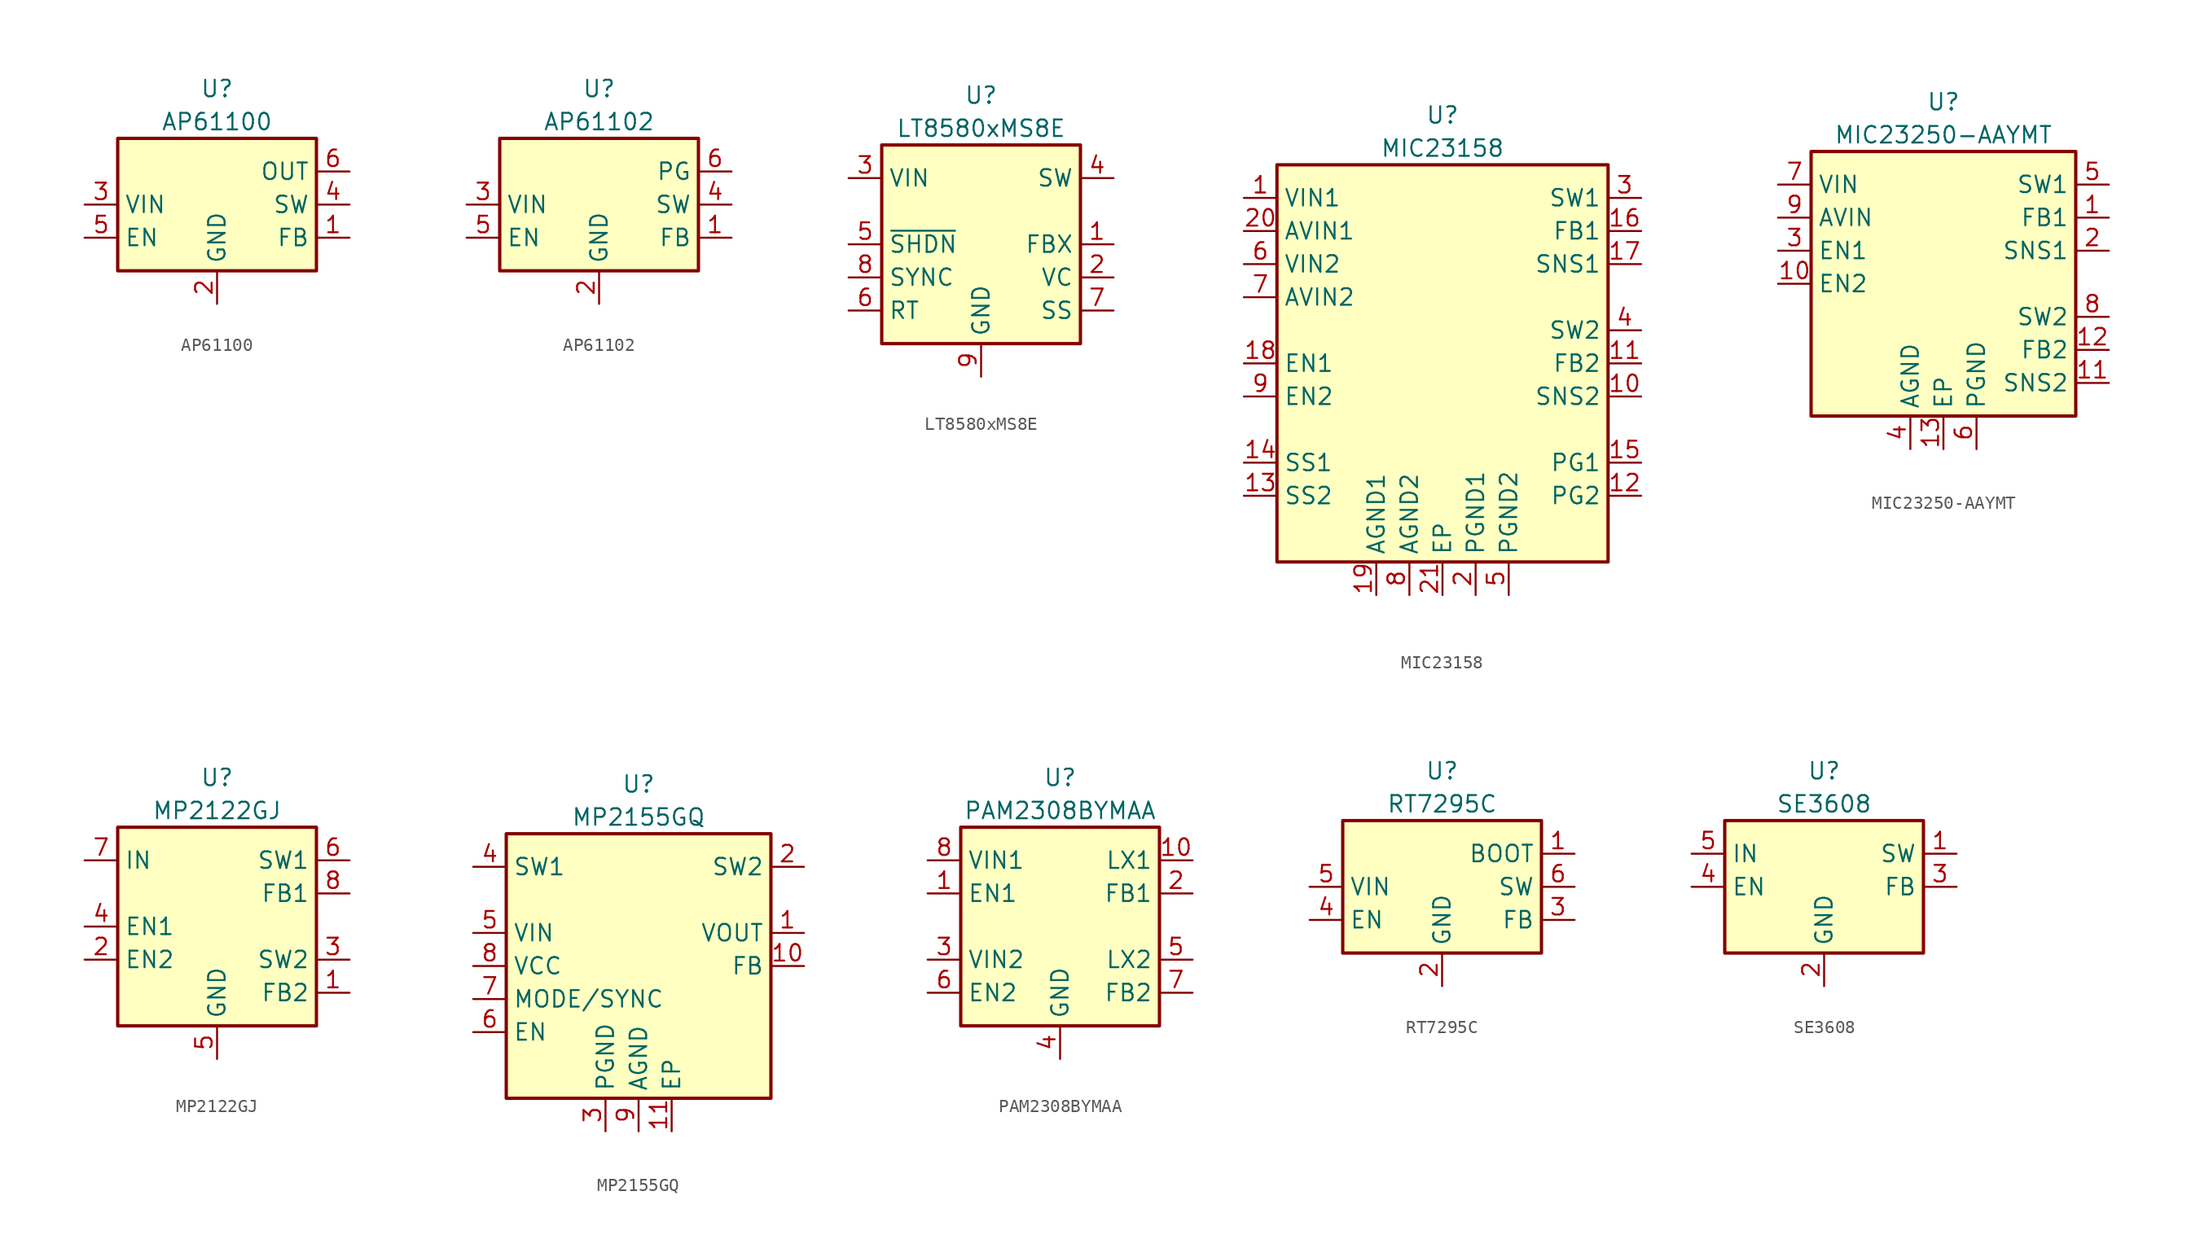
<source format=kicad_sym>
(kicad_symbol_lib
  (version 20220914)
  (generator kicad_symbol_editor)
  (symbol "AP61100"
    (property "Reference" "U"
      (at 0 8.89 0)
      (effects (font (size 1.27 1.27))))
    (property "Value" "AP61100"
      (at 0 6.35 0)
      (effects (font (size 1.27 1.27))))
    (symbol "AP61100_0_1"
      (rectangle (start 7.62 5.08) (end -7.62 -5.08) (stroke (width 0.254) (type default)) (fill (type background))))
    (symbol "AP61100_1_1"
      (pin input line (at 10.16 -2.54 180) (length 2.54) (name "FB" (effects (font (size 1.27 1.27)))) (number "1" (effects (font (size 1.27 1.27)))))
      (pin power_in line (at 0 -7.62 90) (length 2.54) (name "GND" (effects (font (size 1.27 1.27)))) (number "2" (effects (font (size 1.27 1.27)))))
      (pin power_in line (at -10.16 0 0) (length 2.54) (name "VIN" (effects (font (size 1.27 1.27)))) (number "3" (effects (font (size 1.27 1.27)))))
      (pin passive line (at 10.16 0 180) (length 2.54) (name "SW" (effects (font (size 1.27 1.27)))) (number "4" (effects (font (size 1.27 1.27)))))
      (pin input line (at -10.16 -2.54 0) (length 2.54) (name "EN" (effects (font (size 1.27 1.27)))) (number "5" (effects (font (size 1.27 1.27)))))
      (pin input line (at 10.16 2.54 180) (length 2.54) (name "OUT" (effects (font (size 1.27 1.27)))) (number "6" (effects (font (size 1.27 1.27)))))))
  (symbol "AP61102"
    (property "Reference" "U"
      (at 0 8.89 0)
      (effects (font (size 1.27 1.27))))
    (property "Value" "AP61102"
      (at 0 6.35 0)
      (effects (font (size 1.27 1.27))))
    (symbol "AP61102_0_1"
      (rectangle (start 7.62 5.08) (end -7.62 -5.08) (stroke (width 0.254) (type default)) (fill (type background))))
    (symbol "AP61102_1_1"
      (pin input line (at 10.16 -2.54 180) (length 2.54) (name "FB" (effects (font (size 1.27 1.27)))) (number "1" (effects (font (size 1.27 1.27)))))
      (pin power_in line (at 0 -7.62 90) (length 2.54) (name "GND" (effects (font (size 1.27 1.27)))) (number "2" (effects (font (size 1.27 1.27)))))
      (pin power_in line (at -10.16 0 0) (length 2.54) (name "VIN" (effects (font (size 1.27 1.27)))) (number "3" (effects (font (size 1.27 1.27)))))
      (pin passive line (at 10.16 0 180) (length 2.54) (name "SW" (effects (font (size 1.27 1.27)))) (number "4" (effects (font (size 1.27 1.27)))))
      (pin input line (at -10.16 -2.54 0) (length 2.54) (name "EN" (effects (font (size 1.27 1.27)))) (number "5" (effects (font (size 1.27 1.27)))))
      (pin open_collector line (at 10.16 2.54 180) (length 2.54) (name "PG" (effects (font (size 1.27 1.27)))) (number "6" (effects (font (size 1.27 1.27)))))))
  (symbol "LT8580xMS8E"
    (property "Reference" "U"
      (at 0 11.43 0)
      (effects (font (size 1.27 1.27))))
    (property "Value" "LT8580xMS8E"
      (at 0 8.89 0)
      (effects (font (size 1.27 1.27))))
    (symbol "LT8580xMS8E_0_1"
      (rectangle (start -7.62 7.62) (end 7.62 -7.62) (stroke (width 0.254) (type default)) (fill (type background))))
    (symbol "LT8580xMS8E_1_1"
      (pin input line (at 10.16 0 180) (length 2.54) (name "FBX" (effects (font (size 1.27 1.27)))) (number "1" (effects (font (size 1.27 1.27)))))
      (pin passive line (at 10.16 -2.54 180) (length 2.54) (name "VC" (effects (font (size 1.27 1.27)))) (number "2" (effects (font (size 1.27 1.27)))))
      (pin power_in line (at -10.16 5.08 0) (length 2.54) (name "VIN" (effects (font (size 1.27 1.27)))) (number "3" (effects (font (size 1.27 1.27)))))
      (pin passive line (at 10.16 5.08 180) (length 2.54) (name "SW" (effects (font (size 1.27 1.27)))) (number "4" (effects (font (size 1.27 1.27)))))
      (pin input line (at -10.16 0 0) (length 2.54) (name "~{SHDN}" (effects (font (size 1.27 1.27)))) (number "5" (effects (font (size 1.27 1.27)))))
      (pin input line (at -10.16 -5.08 0) (length 2.54) (name "RT" (effects (font (size 1.27 1.27)))) (number "6" (effects (font (size 1.27 1.27)))))
      (pin passive line (at 10.16 -5.08 180) (length 2.54) (name "SS" (effects (font (size 1.27 1.27)))) (number "7" (effects (font (size 1.27 1.27)))))
      (pin input line (at -10.16 -2.54 0) (length 2.54) (name "SYNC" (effects (font (size 1.27 1.27)))) (number "8" (effects (font (size 1.27 1.27)))))
      (pin power_in line (at 0 -10.16 90) (length 2.54) (name "GND" (effects (font (size 1.27 1.27)))) (number "9" (effects (font (size 1.27 1.27)))))))
  (symbol "MIC23158"
    (property "Reference" "U"
      (at 0 19.05 0)
      (effects (font (size 1.27 1.27))))
    (property "Value" "MIC23158"
      (at 0 16.51 0)
      (effects (font (size 1.27 1.27))))
    (symbol "MIC23158_0_1"
      (rectangle (start -12.7 15.24) (end 12.7 -15.24) (stroke (width 0.254) (type default)) (fill (type background))))
    (symbol "MIC23158_1_1"
      (pin power_in line (at -15.24 12.7 0) (length 2.54) (name "VIN1" (effects (font (size 1.27 1.27)))) (number "1" (effects (font (size 1.27 1.27)))))
      (pin input line (at 15.24 -2.54 180) (length 2.54) (name "SNS2" (effects (font (size 1.27 1.27)))) (number "10" (effects (font (size 1.27 1.27)))))
      (pin input line (at 15.24 0 180) (length 2.54) (name "FB2" (effects (font (size 1.27 1.27)))) (number "11" (effects (font (size 1.27 1.27)))))
      (pin open_collector line (at 15.24 -10.16 180) (length 2.54) (name "PG2" (effects (font (size 1.27 1.27)))) (number "12" (effects (font (size 1.27 1.27)))))
      (pin input line (at -15.24 -10.16 0) (length 2.54) (name "SS2" (effects (font (size 1.27 1.27)))) (number "13" (effects (font (size 1.27 1.27)))))
      (pin input line (at -15.24 -7.62 0) (length 2.54) (name "SS1" (effects (font (size 1.27 1.27)))) (number "14" (effects (font (size 1.27 1.27)))))
      (pin open_collector line (at 15.24 -7.62 180) (length 2.54) (name "PG1" (effects (font (size 1.27 1.27)))) (number "15" (effects (font (size 1.27 1.27)))))
      (pin input line (at 15.24 10.16 180) (length 2.54) (name "FB1" (effects (font (size 1.27 1.27)))) (number "16" (effects (font (size 1.27 1.27)))))
      (pin input line (at 15.24 7.62 180) (length 2.54) (name "SNS1" (effects (font (size 1.27 1.27)))) (number "17" (effects (font (size 1.27 1.27)))))
      (pin input line (at -15.24 0 0) (length 2.54) (name "EN1" (effects (font (size 1.27 1.27)))) (number "18" (effects (font (size 1.27 1.27)))))
      (pin power_in line (at -5.08 -17.78 90) (length 2.54) (name "AGND1" (effects (font (size 1.27 1.27)))) (number "19" (effects (font (size 1.27 1.27)))))
      (pin power_in line (at 2.54 -17.78 90) (length 2.54) (name "PGND1" (effects (font (size 1.27 1.27)))) (number "2" (effects (font (size 1.27 1.27)))))
      (pin power_in line (at -15.24 10.16 0) (length 2.54) (name "AVIN1" (effects (font (size 1.27 1.27)))) (number "20" (effects (font (size 1.27 1.27)))))
      (pin power_in line (at 0 -17.78 90) (length 2.54) (name "EP" (effects (font (size 1.27 1.27)))) (number "21" (effects (font (size 1.27 1.27)))))
      (pin passive line (at 15.24 12.7 180) (length 2.54) (name "SW1" (effects (font (size 1.27 1.27)))) (number "3" (effects (font (size 1.27 1.27)))))
      (pin passive line (at 15.24 2.54 180) (length 2.54) (name "SW2" (effects (font (size 1.27 1.27)))) (number "4" (effects (font (size 1.27 1.27)))))
      (pin power_in line (at 5.08 -17.78 90) (length 2.54) (name "PGND2" (effects (font (size 1.27 1.27)))) (number "5" (effects (font (size 1.27 1.27)))))
      (pin power_in line (at -15.24 7.62 0) (length 2.54) (name "VIN2" (effects (font (size 1.27 1.27)))) (number "6" (effects (font (size 1.27 1.27)))))
      (pin power_in line (at -15.24 5.08 0) (length 2.54) (name "AVIN2" (effects (font (size 1.27 1.27)))) (number "7" (effects (font (size 1.27 1.27)))))
      (pin power_in line (at -2.54 -17.78 90) (length 2.54) (name "AGND2" (effects (font (size 1.27 1.27)))) (number "8" (effects (font (size 1.27 1.27)))))
      (pin input line (at -15.24 -2.54 0) (length 2.54) (name "EN2" (effects (font (size 1.27 1.27)))) (number "9" (effects (font (size 1.27 1.27)))))))
  (symbol "MIC23250-AAYMT"
    (property "Reference" "U"
      (at 0 13.97 0)
      (effects (font (size 1.27 1.27))))
    (property "Value" "MIC23250-AAYMT"
      (at 0 11.43 0)
      (effects (font (size 1.27 1.27))))
    (symbol "MIC23250-AAYMT_0_1"
      (rectangle (start -10.16 10.16) (end 10.16 -10.16) (stroke (width 0.254) (type default)) (fill (type background))))
    (symbol "MIC23250-AAYMT_1_1"
      (pin input line (at 12.7 5.08 180) (length 2.54) (name "FB1" (effects (font (size 1.27 1.27)))) (number "1" (effects (font (size 1.27 1.27)))))
      (pin input line (at -12.7 0 0) (length 2.54) (name "EN2" (effects (font (size 1.27 1.27)))) (number "10" (effects (font (size 1.27 1.27)))))
      (pin input line (at 12.7 -7.62 180) (length 2.54) (name "SNS2" (effects (font (size 1.27 1.27)))) (number "11" (effects (font (size 1.27 1.27)))))
      (pin input line (at 12.7 -5.08 180) (length 2.54) (name "FB2" (effects (font (size 1.27 1.27)))) (number "12" (effects (font (size 1.27 1.27)))))
      (pin power_in line (at 0 -12.7 90) (length 2.54) (name "EP" (effects (font (size 1.27 1.27)))) (number "13" (effects (font (size 1.27 1.27)))))
      (pin input line (at 12.7 2.54 180) (length 2.54) (name "SNS1" (effects (font (size 1.27 1.27)))) (number "2" (effects (font (size 1.27 1.27)))))
      (pin input line (at -12.7 2.54 0) (length 2.54) (name "EN1" (effects (font (size 1.27 1.27)))) (number "3" (effects (font (size 1.27 1.27)))))
      (pin power_in line (at -2.54 -12.7 90) (length 2.54) (name "AGND" (effects (font (size 1.27 1.27)))) (number "4" (effects (font (size 1.27 1.27)))))
      (pin passive line (at 12.7 7.62 180) (length 2.54) (name "SW1" (effects (font (size 1.27 1.27)))) (number "5" (effects (font (size 1.27 1.27)))))
      (pin power_in line (at 2.54 -12.7 90) (length 2.54) (name "PGND" (effects (font (size 1.27 1.27)))) (number "6" (effects (font (size 1.27 1.27)))))
      (pin power_in line (at -12.7 7.62 0) (length 2.54) (name "VIN" (effects (font (size 1.27 1.27)))) (number "7" (effects (font (size 1.27 1.27)))))
      (pin passive line (at 12.7 -2.54 180) (length 2.54) (name "SW2" (effects (font (size 1.27 1.27)))) (number "8" (effects (font (size 1.27 1.27)))))
      (pin power_in line (at -12.7 5.08 0) (length 2.54) (name "AVIN" (effects (font (size 1.27 1.27)))) (number "9" (effects (font (size 1.27 1.27)))))))
  (symbol "MP2122GJ"
    (property "Reference" "U"
      (at 0 11.43 0)
      (effects (font (size 1.27 1.27))))
    (property "Value" "MP2122GJ"
      (at 0 8.89 0)
      (effects (font (size 1.27 1.27))))
    (symbol "MP2122GJ_0_1"
      (rectangle (start -7.62 7.62) (end 7.62 -7.62) (stroke (width 0.254) (type default)) (fill (type background))))
    (symbol "MP2122GJ_1_1"
      (pin input line (at 10.16 -5.08 180) (length 2.54) (name "FB2" (effects (font (size 1.27 1.27)))) (number "1" (effects (font (size 1.27 1.27)))))
      (pin input line (at -10.16 -2.54 0) (length 2.54) (name "EN2" (effects (font (size 1.27 1.27)))) (number "2" (effects (font (size 1.27 1.27)))))
      (pin passive line (at 10.16 -2.54 180) (length 2.54) (name "SW2" (effects (font (size 1.27 1.27)))) (number "3" (effects (font (size 1.27 1.27)))))
      (pin input line (at -10.16 0 0) (length 2.54) (name "EN1" (effects (font (size 1.27 1.27)))) (number "4" (effects (font (size 1.27 1.27)))))
      (pin power_in line (at 0 -10.16 90) (length 2.54) (name "GND" (effects (font (size 1.27 1.27)))) (number "5" (effects (font (size 1.27 1.27)))))
      (pin passive line (at 10.16 5.08 180) (length 2.54) (name "SW1" (effects (font (size 1.27 1.27)))) (number "6" (effects (font (size 1.27 1.27)))))
      (pin power_in line (at -10.16 5.08 0) (length 2.54) (name "IN" (effects (font (size 1.27 1.27)))) (number "7" (effects (font (size 1.27 1.27)))))
      (pin input line (at 10.16 2.54 180) (length 2.54) (name "FB1" (effects (font (size 1.27 1.27)))) (number "8" (effects (font (size 1.27 1.27)))))))
  (symbol "MP2155GQ"
    (property "Reference" "U"
      (at 0 13.97 0)
      (effects (font (size 1.27 1.27))))
    (property "Value" "MP2155GQ"
      (at 0 11.43 0)
      (effects (font (size 1.27 1.27))))
    (symbol "MP2155GQ_0_1"
      (rectangle (start -10.16 10.16) (end 10.16 -10.16) (stroke (width 0.254) (type default)) (fill (type background))))
    (symbol "MP2155GQ_1_1"
      (pin passive line (at 12.7 2.54 180) (length 2.54) (name "VOUT" (effects (font (size 1.27 1.27)))) (number "1" (effects (font (size 1.27 1.27)))))
      (pin input line (at 12.7 0 180) (length 2.54) (name "FB" (effects (font (size 1.27 1.27)))) (number "10" (effects (font (size 1.27 1.27)))))
      (pin passive line (at 2.54 -12.7 90) (length 2.54) (name "EP" (effects (font (size 1.27 1.27)))) (number "11" (effects (font (size 1.27 1.27)))))
      (pin passive line (at 12.7 7.62 180) (length 2.54) (name "SW2" (effects (font (size 1.27 1.27)))) (number "2" (effects (font (size 1.27 1.27)))))
      (pin power_in line (at -2.54 -12.7 90) (length 2.54) (name "PGND" (effects (font (size 1.27 1.27)))) (number "3" (effects (font (size 1.27 1.27)))))
      (pin passive line (at -12.7 7.62 0) (length 2.54) (name "SW1" (effects (font (size 1.27 1.27)))) (number "4" (effects (font (size 1.27 1.27)))))
      (pin power_in line (at -12.7 2.54 0) (length 2.54) (name "VIN" (effects (font (size 1.27 1.27)))) (number "5" (effects (font (size 1.27 1.27)))))
      (pin input line (at -12.7 -5.08 0) (length 2.54) (name "EN" (effects (font (size 1.27 1.27)))) (number "6" (effects (font (size 1.27 1.27)))))
      (pin input line (at -12.7 -2.54 0) (length 2.54) (name "MODE/SYNC" (effects (font (size 1.27 1.27)))) (number "7" (effects (font (size 1.27 1.27)))))
      (pin power_in line (at -12.7 0 0) (length 2.54) (name "VCC" (effects (font (size 1.27 1.27)))) (number "8" (effects (font (size 1.27 1.27)))))
      (pin power_in line (at 0 -12.7 90) (length 2.54) (name "AGND" (effects (font (size 1.27 1.27)))) (number "9" (effects (font (size 1.27 1.27)))))))
  (symbol "PAM2308BYMAA"
    (property "Reference" "U"
      (at 0 11.43 0)
      (effects (font (size 1.27 1.27))))
    (property "Value" "PAM2308BYMAA"
      (at 0 8.89 0)
      (effects (font (size 1.27 1.27))))
    (symbol "PAM2308BYMAA_0_1"
      (rectangle (start -7.62 7.62) (end 7.62 -7.62) (stroke (width 0.254) (type default)) (fill (type background))))
    (symbol "PAM2308BYMAA_1_1"
      (pin input line (at -10.16 2.54 0) (length 2.54) (name "EN1" (effects (font (size 1.27 1.27)))) (number "1" (effects (font (size 1.27 1.27)))))
      (pin passive line (at 10.16 5.08 180) (length 2.54) (name "LX1" (effects (font (size 1.27 1.27)))) (number "10" (effects (font (size 1.27 1.27)))))
      (pin passive line (at 0 -10.16 90) (length 2.54) hide (name "GND" (effects (font (size 1.27 1.27)))) (number "11" (effects (font (size 1.27 1.27)))))
      (pin input line (at 10.16 2.54 180) (length 2.54) (name "FB1" (effects (font (size 1.27 1.27)))) (number "2" (effects (font (size 1.27 1.27)))))
      (pin power_in line (at -10.16 -2.54 0) (length 2.54) (name "VIN2" (effects (font (size 1.27 1.27)))) (number "3" (effects (font (size 1.27 1.27)))))
      (pin power_in line (at 0 -10.16 90) (length 2.54) (name "GND" (effects (font (size 1.27 1.27)))) (number "4" (effects (font (size 1.27 1.27)))))
      (pin passive line (at 10.16 -2.54 180) (length 2.54) (name "LX2" (effects (font (size 1.27 1.27)))) (number "5" (effects (font (size 1.27 1.27)))))
      (pin input line (at -10.16 -5.08 0) (length 2.54) (name "EN2" (effects (font (size 1.27 1.27)))) (number "6" (effects (font (size 1.27 1.27)))))
      (pin input line (at 10.16 -5.08 180) (length 2.54) (name "FB2" (effects (font (size 1.27 1.27)))) (number "7" (effects (font (size 1.27 1.27)))))
      (pin power_in line (at -10.16 5.08 0) (length 2.54) (name "VIN1" (effects (font (size 1.27 1.27)))) (number "8" (effects (font (size 1.27 1.27)))))
      (pin passive line (at 0 -10.16 90) (length 2.54) hide (name "GND" (effects (font (size 1.27 1.27)))) (number "9" (effects (font (size 1.27 1.27)))))))
  (symbol "RT7295C"
    (property "Reference" "U"
      (at 0 8.89 0)
      (effects (font (size 1.27 1.27))))
    (property "Value" "RT7295C"
      (at 0 6.35 0)
      (effects (font (size 1.27 1.27))))
    (symbol "RT7295C_0_1"
      (rectangle (start 7.62 5.08) (end -7.62 -5.08) (stroke (width 0.254) (type default)) (fill (type background))))
    (symbol "RT7295C_1_1"
      (pin input line (at 10.16 2.54 180) (length 2.54) (name "BOOT" (effects (font (size 1.27 1.27)))) (number "1" (effects (font (size 1.27 1.27)))))
      (pin power_in line (at 0 -7.62 90) (length 2.54) (name "GND" (effects (font (size 1.27 1.27)))) (number "2" (effects (font (size 1.27 1.27)))))
      (pin input line (at 10.16 -2.54 180) (length 2.54) (name "FB" (effects (font (size 1.27 1.27)))) (number "3" (effects (font (size 1.27 1.27)))))
      (pin input line (at -10.16 -2.54 0) (length 2.54) (name "EN" (effects (font (size 1.27 1.27)))) (number "4" (effects (font (size 1.27 1.27)))))
      (pin power_in line (at -10.16 0 0) (length 2.54) (name "VIN" (effects (font (size 1.27 1.27)))) (number "5" (effects (font (size 1.27 1.27)))))
      (pin passive line (at 10.16 0 180) (length 2.54) (name "SW" (effects (font (size 1.27 1.27)))) (number "6" (effects (font (size 1.27 1.27)))))))
  (symbol "SE3608"
    (property "Reference" "U"
      (at 0 8.89 0)
      (effects (font (size 1.27 1.27))))
    (property "Value" "SE3608"
      (at 0 6.35 0)
      (effects (font (size 1.27 1.27))))
    (symbol "SE3608_0_1"
      (rectangle (start -7.62 5.08) (end 7.62 -5.08) (stroke (width 0.254) (type default)) (fill (type background))))
    (symbol "SE3608_1_1"
      (pin passive line (at 10.16 2.54 180) (length 2.54) (name "SW" (effects (font (size 1.27 1.27)))) (number "1" (effects (font (size 1.27 1.27)))))
      (pin power_in line (at 0 -7.62 90) (length 2.54) (name "GND" (effects (font (size 1.27 1.27)))) (number "2" (effects (font (size 1.27 1.27)))))
      (pin input line (at 10.16 0 180) (length 2.54) (name "FB" (effects (font (size 1.27 1.27)))) (number "3" (effects (font (size 1.27 1.27)))))
      (pin input line (at -10.16 0 0) (length 2.54) (name "EN" (effects (font (size 1.27 1.27)))) (number "4" (effects (font (size 1.27 1.27)))))
      (pin power_in line (at -10.16 2.54 0) (length 2.54) (name "IN" (effects (font (size 1.27 1.27)))) (number "5" (effects (font (size 1.27 1.27)))))
      (pin no_connect line (at -2.54 -5.08 90) (length 2.54) hide (name "NC" (effects (font (size 1.27 1.27)))) (number "6" (effects (font (size 1.27 1.27))))))))
</source>
